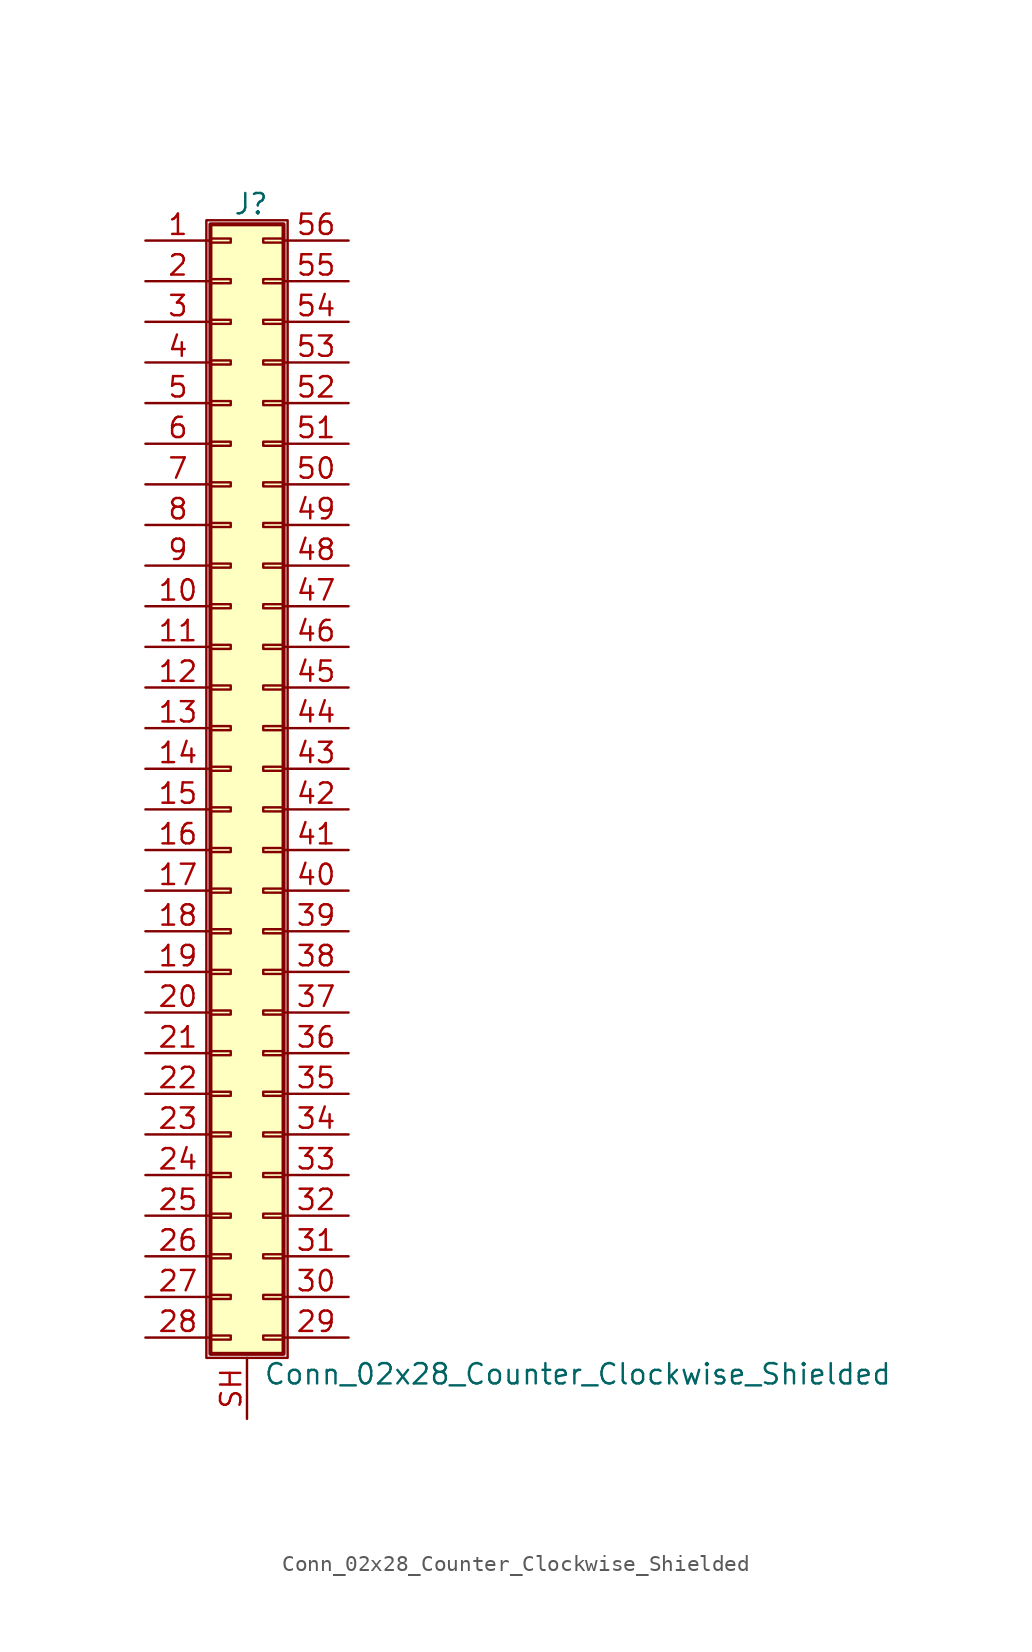
<source format=kicad_sym>
(kicad_symbol_lib
  (version 20220914)
  (generator kicad_symbol_editor)
  (symbol "Conn_02x28_Counter_Clockwise_Shielded"
    (pin_names
      (offset 1.016) hide)
    (property "Reference" "J"
      (at 1.524 35.306 0)
      (effects (font (size 1.27 1.27))))
    (property "Value" "Conn_02x28_Counter_Clockwise_Shielded"
      (at 2.286 -37.846 0)
      (effects (font (size 1.27 1.27)) (justify left)))
    (symbol "Conn_02x28_Counter_Clockwise_Shielded_1_1"
      (rectangle (start -1.27 34.29) (end 3.81 -36.83) (stroke (width 0.152) (type default)) (fill (type none)))
      (rectangle (start -1.016 -35.433) (end 0.254 -35.687) (stroke (width 0.152) (type default)) (fill (type none)))
      (rectangle (start -1.016 -32.893) (end 0.254 -33.147) (stroke (width 0.152) (type default)) (fill (type none)))
      (rectangle (start -1.016 -30.353) (end 0.254 -30.607) (stroke (width 0.152) (type default)) (fill (type none)))
      (rectangle (start -1.016 -27.813) (end 0.254 -28.067) (stroke (width 0.152) (type default)) (fill (type none)))
      (rectangle (start -1.016 -25.273) (end 0.254 -25.527) (stroke (width 0.152) (type default)) (fill (type none)))
      (rectangle (start -1.016 -22.733) (end 0.254 -22.987) (stroke (width 0.152) (type default)) (fill (type none)))
      (rectangle (start -1.016 -20.193) (end 0.254 -20.447) (stroke (width 0.152) (type default)) (fill (type none)))
      (rectangle (start -1.016 -17.653) (end 0.254 -17.907) (stroke (width 0.152) (type default)) (fill (type none)))
      (rectangle (start -1.016 -15.113) (end 0.254 -15.367) (stroke (width 0.152) (type default)) (fill (type none)))
      (rectangle (start -1.016 -12.573) (end 0.254 -12.827) (stroke (width 0.152) (type default)) (fill (type none)))
      (rectangle (start -1.016 -10.033) (end 0.254 -10.287) (stroke (width 0.152) (type default)) (fill (type none)))
      (rectangle (start -1.016 -7.493) (end 0.254 -7.747) (stroke (width 0.152) (type default)) (fill (type none)))
      (rectangle (start -1.016 -4.953) (end 0.254 -5.207) (stroke (width 0.152) (type default)) (fill (type none)))
      (rectangle (start -1.016 -2.413) (end 0.254 -2.667) (stroke (width 0.152) (type default)) (fill (type none)))
      (rectangle (start -1.016 0.127) (end 0.254 -0.127) (stroke (width 0.152) (type default)) (fill (type none)))
      (rectangle (start -1.016 2.667) (end 0.254 2.413) (stroke (width 0.152) (type default)) (fill (type none)))
      (rectangle (start -1.016 5.207) (end 0.254 4.953) (stroke (width 0.152) (type default)) (fill (type none)))
      (rectangle (start -1.016 7.747) (end 0.254 7.493) (stroke (width 0.152) (type default)) (fill (type none)))
      (rectangle (start -1.016 10.287) (end 0.254 10.033) (stroke (width 0.152) (type default)) (fill (type none)))
      (rectangle (start -1.016 12.827) (end 0.254 12.573) (stroke (width 0.152) (type default)) (fill (type none)))
      (rectangle (start -1.016 15.367) (end 0.254 15.113) (stroke (width 0.152) (type default)) (fill (type none)))
      (rectangle (start -1.016 17.907) (end 0.254 17.653) (stroke (width 0.152) (type default)) (fill (type none)))
      (rectangle (start -1.016 20.447) (end 0.254 20.193) (stroke (width 0.152) (type default)) (fill (type none)))
      (rectangle (start -1.016 22.987) (end 0.254 22.733) (stroke (width 0.152) (type default)) (fill (type none)))
      (rectangle (start -1.016 25.527) (end 0.254 25.273) (stroke (width 0.152) (type default)) (fill (type none)))
      (rectangle (start -1.016 28.067) (end 0.254 27.813) (stroke (width 0.152) (type default)) (fill (type none)))
      (rectangle (start -1.016 30.607) (end 0.254 30.353) (stroke (width 0.152) (type default)) (fill (type none)))
      (rectangle (start -1.016 33.147) (end 0.254 32.893) (stroke (width 0.152) (type default)) (fill (type none)))
      (rectangle (start -1.016 34.036) (end 3.556 -36.576) (stroke (width 0.254) (type default)) (fill (type background)))
      (rectangle (start 3.556 -35.433) (end 2.286 -35.687) (stroke (width 0.152) (type default)) (fill (type none)))
      (rectangle (start 3.556 -32.893) (end 2.286 -33.147) (stroke (width 0.152) (type default)) (fill (type none)))
      (rectangle (start 3.556 -30.353) (end 2.286 -30.607) (stroke (width 0.152) (type default)) (fill (type none)))
      (rectangle (start 3.556 -27.813) (end 2.286 -28.067) (stroke (width 0.152) (type default)) (fill (type none)))
      (rectangle (start 3.556 -25.273) (end 2.286 -25.527) (stroke (width 0.152) (type default)) (fill (type none)))
      (rectangle (start 3.556 -22.733) (end 2.286 -22.987) (stroke (width 0.152) (type default)) (fill (type none)))
      (rectangle (start 3.556 -20.193) (end 2.286 -20.447) (stroke (width 0.152) (type default)) (fill (type none)))
      (rectangle (start 3.556 -17.653) (end 2.286 -17.907) (stroke (width 0.152) (type default)) (fill (type none)))
      (rectangle (start 3.556 -15.113) (end 2.286 -15.367) (stroke (width 0.152) (type default)) (fill (type none)))
      (rectangle (start 3.556 -12.573) (end 2.286 -12.827) (stroke (width 0.152) (type default)) (fill (type none)))
      (rectangle (start 3.556 -10.033) (end 2.286 -10.287) (stroke (width 0.152) (type default)) (fill (type none)))
      (rectangle (start 3.556 -7.493) (end 2.286 -7.747) (stroke (width 0.152) (type default)) (fill (type none)))
      (rectangle (start 3.556 -4.953) (end 2.286 -5.207) (stroke (width 0.152) (type default)) (fill (type none)))
      (rectangle (start 3.556 -2.413) (end 2.286 -2.667) (stroke (width 0.152) (type default)) (fill (type none)))
      (rectangle (start 3.556 0.127) (end 2.286 -0.127) (stroke (width 0.152) (type default)) (fill (type none)))
      (rectangle (start 3.556 2.667) (end 2.286 2.413) (stroke (width 0.152) (type default)) (fill (type none)))
      (rectangle (start 3.556 5.207) (end 2.286 4.953) (stroke (width 0.152) (type default)) (fill (type none)))
      (rectangle (start 3.556 7.747) (end 2.286 7.493) (stroke (width 0.152) (type default)) (fill (type none)))
      (rectangle (start 3.556 10.287) (end 2.286 10.033) (stroke (width 0.152) (type default)) (fill (type none)))
      (rectangle (start 3.556 12.827) (end 2.286 12.573) (stroke (width 0.152) (type default)) (fill (type none)))
      (rectangle (start 3.556 15.367) (end 2.286 15.113) (stroke (width 0.152) (type default)) (fill (type none)))
      (rectangle (start 3.556 17.907) (end 2.286 17.653) (stroke (width 0.152) (type default)) (fill (type none)))
      (rectangle (start 3.556 20.447) (end 2.286 20.193) (stroke (width 0.152) (type default)) (fill (type none)))
      (rectangle (start 3.556 22.987) (end 2.286 22.733) (stroke (width 0.152) (type default)) (fill (type none)))
      (rectangle (start 3.556 25.527) (end 2.286 25.273) (stroke (width 0.152) (type default)) (fill (type none)))
      (rectangle (start 3.556 28.067) (end 2.286 27.813) (stroke (width 0.152) (type default)) (fill (type none)))
      (rectangle (start 3.556 30.607) (end 2.286 30.353) (stroke (width 0.152) (type default)) (fill (type none)))
      (rectangle (start 3.556 33.147) (end 2.286 32.893) (stroke (width 0.152) (type default)) (fill (type none)))
      (pin passive line (at -5.08 33.02 0) (length 4.064) (name "Pin_1" (effects (font (size 1.27 1.27)))) (number "1" (effects (font (size 1.27 1.27)))))
      (pin passive line (at -5.08 10.16 0) (length 4.064) (name "Pin_10" (effects (font (size 1.27 1.27)))) (number "10" (effects (font (size 1.27 1.27)))))
      (pin passive line (at -5.08 7.62 0) (length 4.064) (name "Pin_11" (effects (font (size 1.27 1.27)))) (number "11" (effects (font (size 1.27 1.27)))))
      (pin passive line (at -5.08 5.08 0) (length 4.064) (name "Pin_12" (effects (font (size 1.27 1.27)))) (number "12" (effects (font (size 1.27 1.27)))))
      (pin passive line (at -5.08 2.54 0) (length 4.064) (name "Pin_13" (effects (font (size 1.27 1.27)))) (number "13" (effects (font (size 1.27 1.27)))))
      (pin passive line (at -5.08 0 0) (length 4.064) (name "Pin_14" (effects (font (size 1.27 1.27)))) (number "14" (effects (font (size 1.27 1.27)))))
      (pin passive line (at -5.08 -2.54 0) (length 4.064) (name "Pin_15" (effects (font (size 1.27 1.27)))) (number "15" (effects (font (size 1.27 1.27)))))
      (pin passive line (at -5.08 -5.08 0) (length 4.064) (name "Pin_16" (effects (font (size 1.27 1.27)))) (number "16" (effects (font (size 1.27 1.27)))))
      (pin passive line (at -5.08 -7.62 0) (length 4.064) (name "Pin_17" (effects (font (size 1.27 1.27)))) (number "17" (effects (font (size 1.27 1.27)))))
      (pin passive line (at -5.08 -10.16 0) (length 4.064) (name "Pin_18" (effects (font (size 1.27 1.27)))) (number "18" (effects (font (size 1.27 1.27)))))
      (pin passive line (at -5.08 -12.7 0) (length 4.064) (name "Pin_19" (effects (font (size 1.27 1.27)))) (number "19" (effects (font (size 1.27 1.27)))))
      (pin passive line (at -5.08 30.48 0) (length 4.064) (name "Pin_2" (effects (font (size 1.27 1.27)))) (number "2" (effects (font (size 1.27 1.27)))))
      (pin passive line (at -5.08 -15.24 0) (length 4.064) (name "Pin_20" (effects (font (size 1.27 1.27)))) (number "20" (effects (font (size 1.27 1.27)))))
      (pin passive line (at -5.08 -17.78 0) (length 4.064) (name "Pin_21" (effects (font (size 1.27 1.27)))) (number "21" (effects (font (size 1.27 1.27)))))
      (pin passive line (at -5.08 -20.32 0) (length 4.064) (name "Pin_22" (effects (font (size 1.27 1.27)))) (number "22" (effects (font (size 1.27 1.27)))))
      (pin passive line (at -5.08 -22.86 0) (length 4.064) (name "Pin_23" (effects (font (size 1.27 1.27)))) (number "23" (effects (font (size 1.27 1.27)))))
      (pin passive line (at -5.08 -25.4 0) (length 4.064) (name "Pin_24" (effects (font (size 1.27 1.27)))) (number "24" (effects (font (size 1.27 1.27)))))
      (pin passive line (at -5.08 -27.94 0) (length 4.064) (name "Pin_25" (effects (font (size 1.27 1.27)))) (number "25" (effects (font (size 1.27 1.27)))))
      (pin passive line (at -5.08 -30.48 0) (length 4.064) (name "Pin_26" (effects (font (size 1.27 1.27)))) (number "26" (effects (font (size 1.27 1.27)))))
      (pin passive line (at -5.08 -33.02 0) (length 4.064) (name "Pin_27" (effects (font (size 1.27 1.27)))) (number "27" (effects (font (size 1.27 1.27)))))
      (pin passive line (at -5.08 -35.56 0) (length 4.064) (name "Pin_28" (effects (font (size 1.27 1.27)))) (number "28" (effects (font (size 1.27 1.27)))))
      (pin passive line (at 7.62 -35.56 180) (length 4.064) (name "Pin_29" (effects (font (size 1.27 1.27)))) (number "29" (effects (font (size 1.27 1.27)))))
      (pin passive line (at -5.08 27.94 0) (length 4.064) (name "Pin_3" (effects (font (size 1.27 1.27)))) (number "3" (effects (font (size 1.27 1.27)))))
      (pin passive line (at 7.62 -33.02 180) (length 4.064) (name "Pin_30" (effects (font (size 1.27 1.27)))) (number "30" (effects (font (size 1.27 1.27)))))
      (pin passive line (at 7.62 -30.48 180) (length 4.064) (name "Pin_31" (effects (font (size 1.27 1.27)))) (number "31" (effects (font (size 1.27 1.27)))))
      (pin passive line (at 7.62 -27.94 180) (length 4.064) (name "Pin_32" (effects (font (size 1.27 1.27)))) (number "32" (effects (font (size 1.27 1.27)))))
      (pin passive line (at 7.62 -25.4 180) (length 4.064) (name "Pin_33" (effects (font (size 1.27 1.27)))) (number "33" (effects (font (size 1.27 1.27)))))
      (pin passive line (at 7.62 -22.86 180) (length 4.064) (name "Pin_34" (effects (font (size 1.27 1.27)))) (number "34" (effects (font (size 1.27 1.27)))))
      (pin passive line (at 7.62 -20.32 180) (length 4.064) (name "Pin_35" (effects (font (size 1.27 1.27)))) (number "35" (effects (font (size 1.27 1.27)))))
      (pin passive line (at 7.62 -17.78 180) (length 4.064) (name "Pin_36" (effects (font (size 1.27 1.27)))) (number "36" (effects (font (size 1.27 1.27)))))
      (pin passive line (at 7.62 -15.24 180) (length 4.064) (name "Pin_37" (effects (font (size 1.27 1.27)))) (number "37" (effects (font (size 1.27 1.27)))))
      (pin passive line (at 7.62 -12.7 180) (length 4.064) (name "Pin_38" (effects (font (size 1.27 1.27)))) (number "38" (effects (font (size 1.27 1.27)))))
      (pin passive line (at 7.62 -10.16 180) (length 4.064) (name "Pin_39" (effects (font (size 1.27 1.27)))) (number "39" (effects (font (size 1.27 1.27)))))
      (pin passive line (at -5.08 25.4 0) (length 4.064) (name "Pin_4" (effects (font (size 1.27 1.27)))) (number "4" (effects (font (size 1.27 1.27)))))
      (pin passive line (at 7.62 -7.62 180) (length 4.064) (name "Pin_40" (effects (font (size 1.27 1.27)))) (number "40" (effects (font (size 1.27 1.27)))))
      (pin passive line (at 7.62 -5.08 180) (length 4.064) (name "Pin_41" (effects (font (size 1.27 1.27)))) (number "41" (effects (font (size 1.27 1.27)))))
      (pin passive line (at 7.62 -2.54 180) (length 4.064) (name "Pin_42" (effects (font (size 1.27 1.27)))) (number "42" (effects (font (size 1.27 1.27)))))
      (pin passive line (at 7.62 0 180) (length 4.064) (name "Pin_43" (effects (font (size 1.27 1.27)))) (number "43" (effects (font (size 1.27 1.27)))))
      (pin passive line (at 7.62 2.54 180) (length 4.064) (name "Pin_44" (effects (font (size 1.27 1.27)))) (number "44" (effects (font (size 1.27 1.27)))))
      (pin passive line (at 7.62 5.08 180) (length 4.064) (name "Pin_45" (effects (font (size 1.27 1.27)))) (number "45" (effects (font (size 1.27 1.27)))))
      (pin passive line (at 7.62 7.62 180) (length 4.064) (name "Pin_46" (effects (font (size 1.27 1.27)))) (number "46" (effects (font (size 1.27 1.27)))))
      (pin passive line (at 7.62 10.16 180) (length 4.064) (name "Pin_47" (effects (font (size 1.27 1.27)))) (number "47" (effects (font (size 1.27 1.27)))))
      (pin passive line (at 7.62 12.7 180) (length 4.064) (name "Pin_48" (effects (font (size 1.27 1.27)))) (number "48" (effects (font (size 1.27 1.27)))))
      (pin passive line (at 7.62 15.24 180) (length 4.064) (name "Pin_49" (effects (font (size 1.27 1.27)))) (number "49" (effects (font (size 1.27 1.27)))))
      (pin passive line (at -5.08 22.86 0) (length 4.064) (name "Pin_5" (effects (font (size 1.27 1.27)))) (number "5" (effects (font (size 1.27 1.27)))))
      (pin passive line (at 7.62 17.78 180) (length 4.064) (name "Pin_50" (effects (font (size 1.27 1.27)))) (number "50" (effects (font (size 1.27 1.27)))))
      (pin passive line (at 7.62 20.32 180) (length 4.064) (name "Pin_51" (effects (font (size 1.27 1.27)))) (number "51" (effects (font (size 1.27 1.27)))))
      (pin passive line (at 7.62 22.86 180) (length 4.064) (name "Pin_52" (effects (font (size 1.27 1.27)))) (number "52" (effects (font (size 1.27 1.27)))))
      (pin passive line (at 7.62 25.4 180) (length 4.064) (name "Pin_53" (effects (font (size 1.27 1.27)))) (number "53" (effects (font (size 1.27 1.27)))))
      (pin passive line (at 7.62 27.94 180) (length 4.064) (name "Pin_54" (effects (font (size 1.27 1.27)))) (number "54" (effects (font (size 1.27 1.27)))))
      (pin passive line (at 7.62 30.48 180) (length 4.064) (name "Pin_55" (effects (font (size 1.27 1.27)))) (number "55" (effects (font (size 1.27 1.27)))))
      (pin passive line (at 7.62 33.02 180) (length 4.064) (name "Pin_56" (effects (font (size 1.27 1.27)))) (number "56" (effects (font (size 1.27 1.27)))))
      (pin passive line (at -5.08 20.32 0) (length 4.064) (name "Pin_6" (effects (font (size 1.27 1.27)))) (number "6" (effects (font (size 1.27 1.27)))))
      (pin passive line (at -5.08 17.78 0) (length 4.064) (name "Pin_7" (effects (font (size 1.27 1.27)))) (number "7" (effects (font (size 1.27 1.27)))))
      (pin passive line (at -5.08 15.24 0) (length 4.064) (name "Pin_8" (effects (font (size 1.27 1.27)))) (number "8" (effects (font (size 1.27 1.27)))))
      (pin passive line (at -5.08 12.7 0) (length 4.064) (name "Pin_9" (effects (font (size 1.27 1.27)))) (number "9" (effects (font (size 1.27 1.27)))))
      (pin passive line (at 1.27 -40.64 90) (length 3.81) (name "Shield" (effects (font (size 1.27 1.27)))) (number "SH" (effects (font (size 1.27 1.27))))))))
</source>
